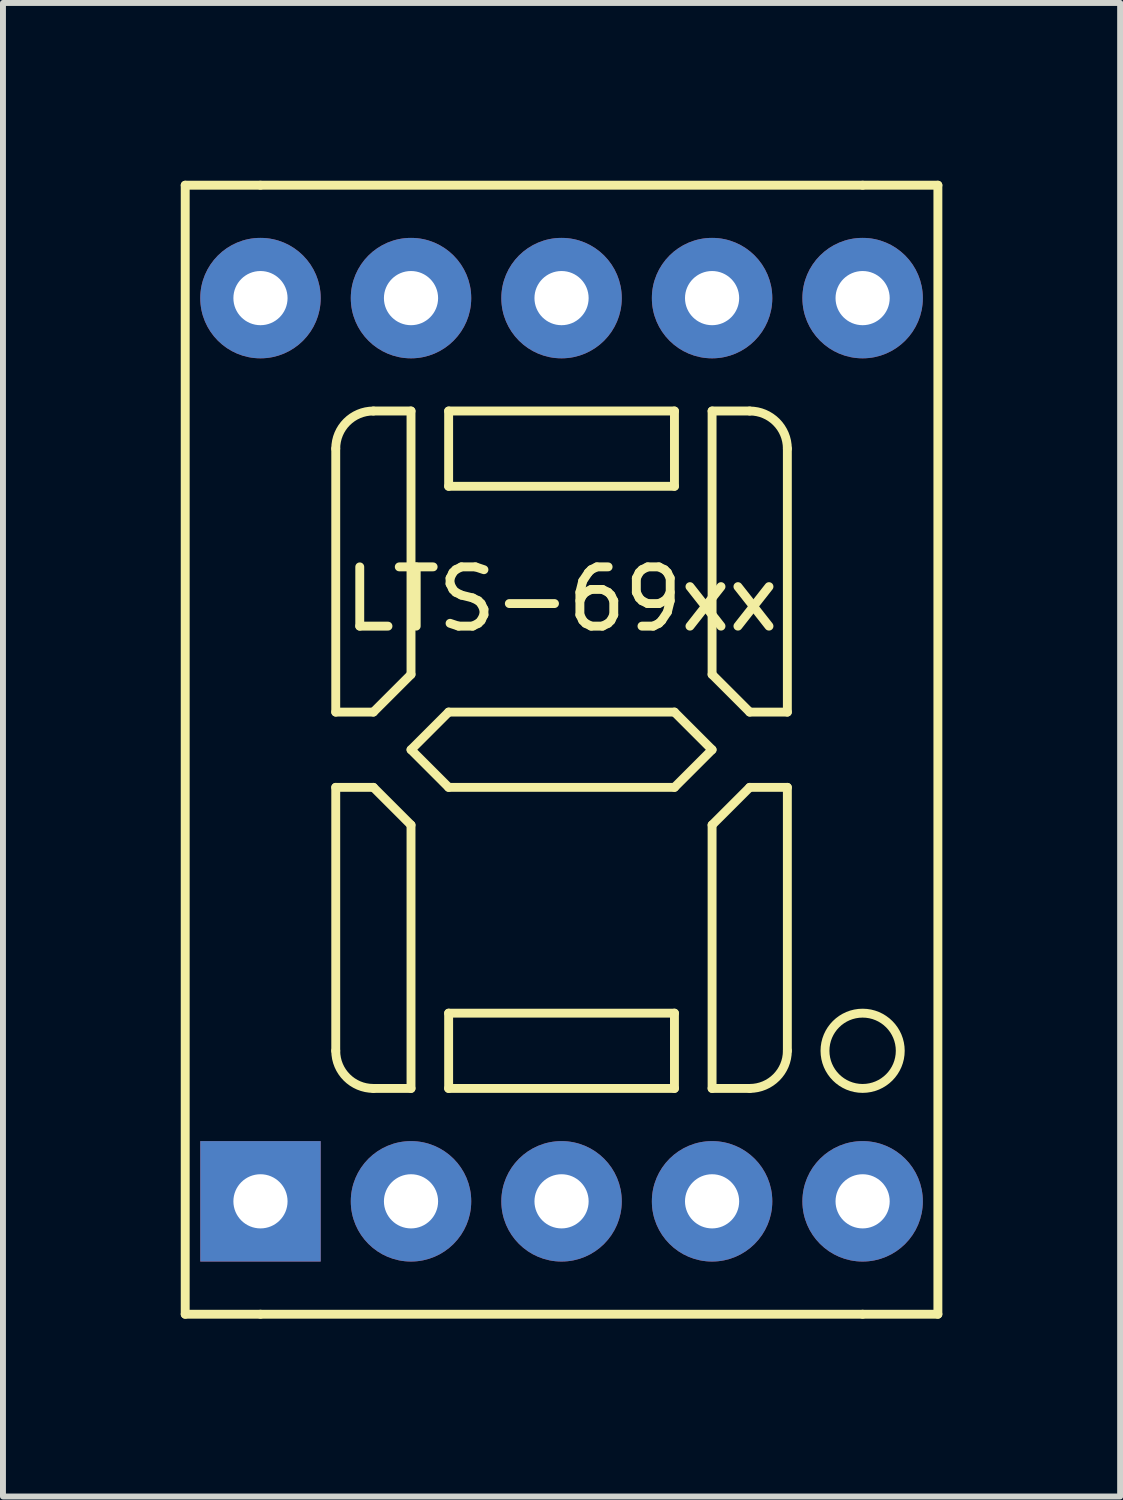
<source format=kicad_pcb>
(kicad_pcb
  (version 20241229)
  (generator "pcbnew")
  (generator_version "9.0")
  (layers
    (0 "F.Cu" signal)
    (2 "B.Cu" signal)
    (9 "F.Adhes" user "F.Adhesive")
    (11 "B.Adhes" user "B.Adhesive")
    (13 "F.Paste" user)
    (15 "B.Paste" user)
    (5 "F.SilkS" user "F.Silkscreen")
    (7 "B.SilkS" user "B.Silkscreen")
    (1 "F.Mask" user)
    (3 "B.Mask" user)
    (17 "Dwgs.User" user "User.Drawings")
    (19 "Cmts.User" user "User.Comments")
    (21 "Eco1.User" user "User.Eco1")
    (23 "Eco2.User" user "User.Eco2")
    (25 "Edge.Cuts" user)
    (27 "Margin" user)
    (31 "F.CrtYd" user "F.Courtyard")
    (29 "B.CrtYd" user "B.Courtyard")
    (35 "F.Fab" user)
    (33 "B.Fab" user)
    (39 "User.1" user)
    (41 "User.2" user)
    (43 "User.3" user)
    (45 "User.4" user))
  (footprint "LTS-69xx"
    (layer "F.Cu")
    (at 6.425 9.6)
    (property "Reference" "LTS-69xx" (at 0 -2.54 0) (layer "F.SilkS") (effects (font (size 1 1) (thickness 0.15))))
    (attr through_hole)
    (fp_line (start -6.35 -9.525) (end -6.35 9.525) (stroke (width 0.15) (type solid)) (layer "F.SilkS"))
    (fp_line (start -6.35 9.525) (end -5.08 9.525) (stroke (width 0.15) (type solid)) (layer "F.SilkS"))
    (fp_line (start -5.08 -9.525) (end -6.35 -9.525) (stroke (width 0.15) (type solid)) (layer "F.SilkS"))
    (fp_line (start -5.08 9.525) (end 5.08 9.525) (stroke (width 0.15) (type solid)) (layer "F.SilkS"))
    (fp_line (start -3.81 -5.08) (end -3.81 -0.635) (stroke (width 0.15) (type solid)) (layer "F.SilkS"))
    (fp_line (start -3.81 -0.635) (end -3.175 -0.635) (stroke (width 0.15) (type solid)) (layer "F.SilkS"))
    (fp_line (start -3.81 0.635) (end -3.175 0.635) (stroke (width 0.15) (type solid)) (layer "F.SilkS"))
    (fp_line (start -3.81 5.08) (end -3.81 0.635) (stroke (width 0.15) (type solid)) (layer "F.SilkS"))
    (fp_line (start -3.175 -0.635) (end -2.54 -1.27) (stroke (width 0.15) (type solid)) (layer "F.SilkS"))
    (fp_line (start -3.175 0.635) (end -2.54 1.27) (stroke (width 0.15) (type solid)) (layer "F.SilkS"))
    (fp_line (start -2.54 -5.715) (end -3.175 -5.715) (stroke (width 0.15) (type solid)) (layer "F.SilkS"))
    (fp_line (start -2.54 -1.27) (end -2.54 -5.715) (stroke (width 0.15) (type solid)) (layer "F.SilkS"))
    (fp_line (start -2.54 0) (end -1.905 0.635) (stroke (width 0.15) (type solid)) (layer "F.SilkS"))
    (fp_line (start -2.54 1.27) (end -2.54 5.715) (stroke (width 0.15) (type solid)) (layer "F.SilkS"))
    (fp_line (start -2.54 5.715) (end -3.175 5.715) (stroke (width 0.15) (type solid)) (layer "F.SilkS"))
    (fp_line (start -1.905 -5.715) (end -1.905 -4.445) (stroke (width 0.15) (type solid)) (layer "F.SilkS"))
    (fp_line (start -1.905 -4.445) (end 1.905 -4.445) (stroke (width 0.15) (type solid)) (layer "F.SilkS"))
    (fp_line (start -1.905 -0.635) (end -2.54 0) (stroke (width 0.15) (type solid)) (layer "F.SilkS"))
    (fp_line (start -1.905 0.635) (end 1.905 0.635) (stroke (width 0.15) (type solid)) (layer "F.SilkS"))
    (fp_line (start -1.905 4.445) (end -1.905 5.715) (stroke (width 0.15) (type solid)) (layer "F.SilkS"))
    (fp_line (start -1.905 5.715) (end 1.905 5.715) (stroke (width 0.15) (type solid)) (layer "F.SilkS"))
    (fp_line (start 1.905 -5.715) (end -1.905 -5.715) (stroke (width 0.15) (type solid)) (layer "F.SilkS"))
    (fp_line (start 1.905 -4.445) (end 1.905 -5.715) (stroke (width 0.15) (type solid)) (layer "F.SilkS"))
    (fp_line (start 1.905 -0.635) (end -1.905 -0.635) (stroke (width 0.15) (type solid)) (layer "F.SilkS"))
    (fp_line (start 1.905 0.635) (end 2.54 0) (stroke (width 0.15) (type solid)) (layer "F.SilkS"))
    (fp_line (start 1.905 4.445) (end -1.905 4.445) (stroke (width 0.15) (type solid)) (layer "F.SilkS"))
    (fp_line (start 1.905 5.715) (end 1.905 4.445) (stroke (width 0.15) (type solid)) (layer "F.SilkS"))
    (fp_line (start 2.54 -5.715) (end 2.54 -1.27) (stroke (width 0.15) (type solid)) (layer "F.SilkS"))
    (fp_line (start 2.54 -1.27) (end 3.175 -0.635) (stroke (width 0.15) (type solid)) (layer "F.SilkS"))
    (fp_line (start 2.54 0) (end 1.905 -0.635) (stroke (width 0.15) (type solid)) (layer "F.SilkS"))
    (fp_line (start 2.54 1.27) (end 2.54 5.715) (stroke (width 0.15) (type solid)) (layer "F.SilkS"))
    (fp_line (start 2.54 5.715) (end 3.175 5.715) (stroke (width 0.15) (type solid)) (layer "F.SilkS"))
    (fp_line (start 3.175 -5.715) (end 2.54 -5.715) (stroke (width 0.15) (type solid)) (layer "F.SilkS"))
    (fp_line (start 3.175 -0.635) (end 3.81 -0.635) (stroke (width 0.15) (type solid)) (layer "F.SilkS"))
    (fp_line (start 3.175 0.635) (end 2.54 1.27) (stroke (width 0.15) (type solid)) (layer "F.SilkS"))
    (fp_line (start 3.81 -0.635) (end 3.81 -5.08) (stroke (width 0.15) (type solid)) (layer "F.SilkS"))
    (fp_line (start 3.81 0.635) (end 3.175 0.635) (stroke (width 0.15) (type solid)) (layer "F.SilkS"))
    (fp_line (start 3.81 5.08) (end 3.81 0.635) (stroke (width 0.15) (type solid)) (layer "F.SilkS"))
    (fp_line (start 5.08 -9.525) (end -5.08 -9.525) (stroke (width 0.15) (type solid)) (layer "F.SilkS"))
    (fp_line (start 5.08 9.525) (end 6.35 9.525) (stroke (width 0.15) (type solid)) (layer "F.SilkS"))
    (fp_line (start 6.35 -9.525) (end 5.08 -9.525) (stroke (width 0.15) (type solid)) (layer "F.SilkS"))
    (fp_line (start 6.35 9.525) (end 6.35 -9.525) (stroke (width 0.15) (type solid)) (layer "F.SilkS"))
    (fp_arc (start -3.81 -5.08) (mid -3.624013 -5.529013) (end -3.175 -5.715) (stroke (width 0.15) (type solid)) (layer "F.SilkS"))
    (fp_arc (start -3.175 5.715) (mid -3.624013 5.529013) (end -3.81 5.08) (stroke (width 0.15) (type solid)) (layer "F.SilkS"))
    (fp_arc (start 3.175 -5.715) (mid 3.624013 -5.529013) (end 3.81 -5.08) (stroke (width 0.15) (type solid)) (layer "F.SilkS"))
    (fp_arc (start 3.81 5.08) (mid 3.624013 5.529013) (end 3.175 5.715) (stroke (width 0.15) (type solid)) (layer "F.SilkS"))
    (fp_circle (center 5.08 5.08) (end 5.08 4.445) (stroke (width 0.15) (type solid)) (fill no) (layer "F.SilkS"))
    (pad "1" thru_hole rect (at -5.08 7.62) (size 2.032 2.032) (drill 0.914) (layers "*.Cu" "*.Mask"))
    (pad "2" thru_hole circle (at -2.54 7.62) (size 2.032 2.032) (drill 0.914) (layers "*.Cu" "*.Mask"))
    (pad "3" thru_hole circle (at 0 7.62) (size 2.032 2.032) (drill 0.914) (layers "*.Cu" "*.Mask"))
    (pad "4" thru_hole circle (at 2.54 7.62) (size 2.032 2.032) (drill 0.914) (layers "*.Cu" "*.Mask"))
    (pad "5" thru_hole circle (at 5.08 7.62) (size 2.032 2.032) (drill 0.914) (layers "*.Cu" "*.Mask"))
    (pad "6" thru_hole circle (at 5.08 -7.62) (size 2.032 2.032) (drill 0.914) (layers "*.Cu" "*.Mask"))
    (pad "7" thru_hole circle (at 2.54 -7.62) (size 2.032 2.032) (drill 0.914) (layers "*.Cu" "*.Mask"))
    (pad "8" thru_hole circle (at 0 -7.62) (size 2.032 2.032) (drill 0.914) (layers "*.Cu" "*.Mask"))
    (pad "9" thru_hole circle (at -2.54 -7.62) (size 2.032 2.032) (drill 0.914) (layers "*.Cu" "*.Mask"))
    (pad "10" thru_hole circle (at -5.08 -7.62) (size 2.032 2.032) (drill 0.914) (layers "*.Cu" "*.Mask")))
  (gr_rect
    (start -3 -3)
    (end 15.85 22.2)
    (stroke (width 0.1) (type default))
    (fill no)
    (layer "Edge.Cuts")))
</source>
